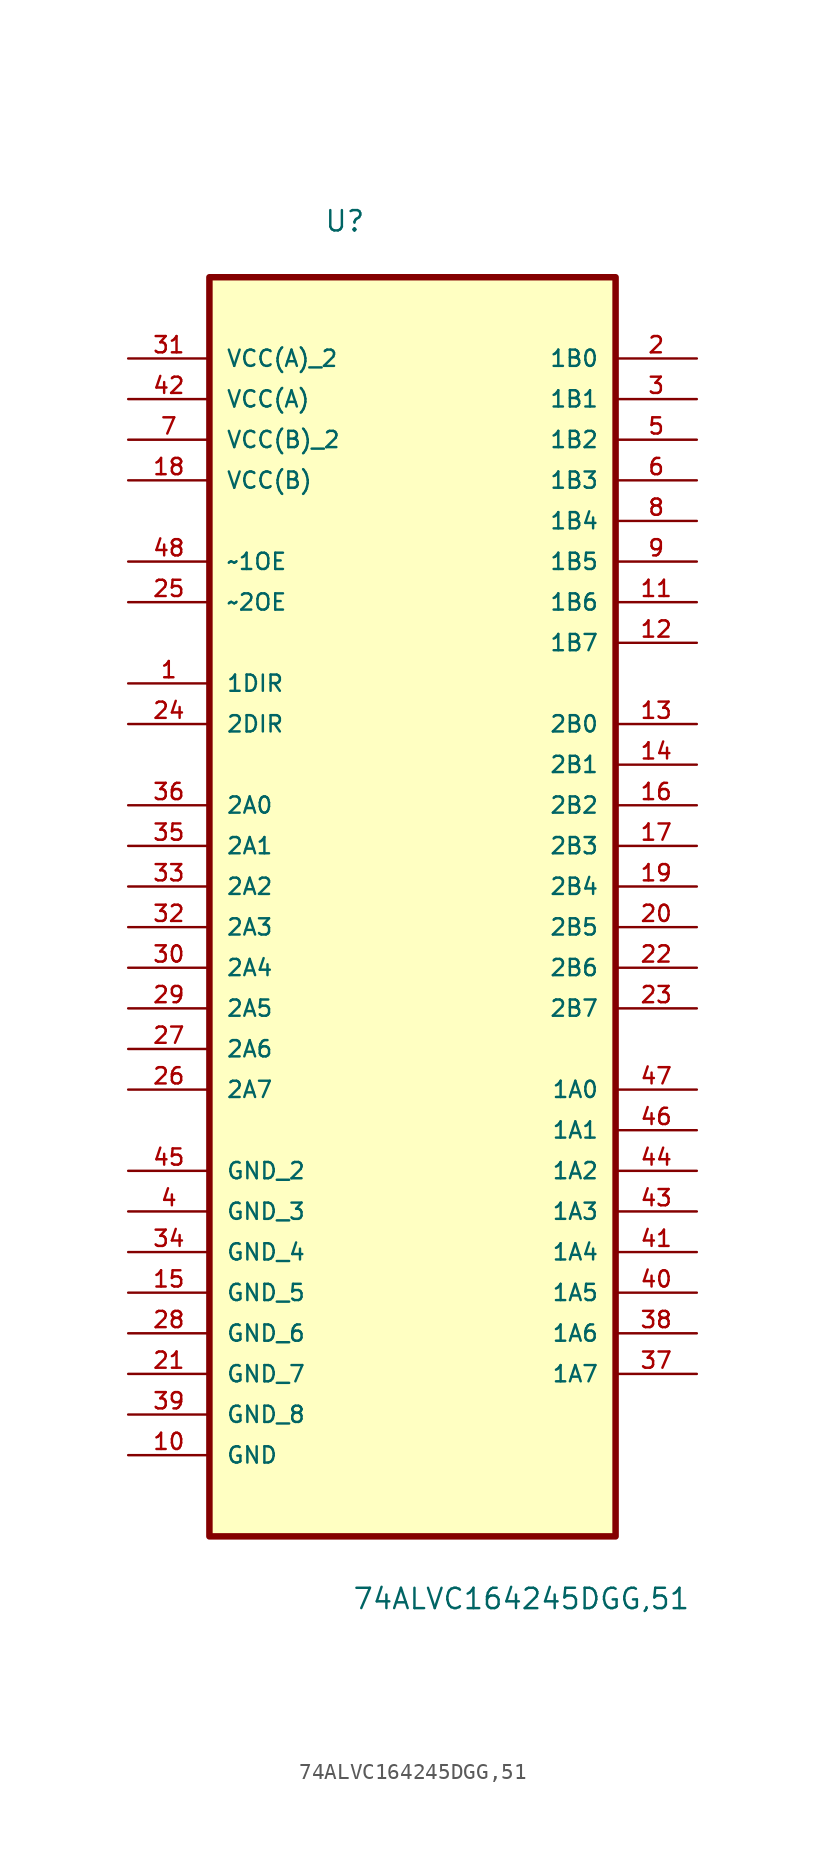
<source format=kicad_sym>
(kicad_symbol_lib
  (version 20220914)
  (generator kicad_symbol_editor)
  (symbol "74ALVC164245DGG,51"
    (pin_names
      (offset 1.016))
    (property "Reference" "U"
      (at -5.544 38.325 0)
      (effects (font (size 1.27 1.27)) (justify left bottom)))
    (property "Value" "74ALVC164245DGG,51"
      (at -3.788 -47.827 0)
      (effects (font (size 1.27 1.27)) (justify left bottom)))
    (symbol "74ALVC164245DGG,51_0_0"
      (rectangle (start -12.7 -43.18) (end 12.7 35.56) (stroke (width 0.406) (type default)) (fill (type background)))
      (pin input line (at -17.78 10.16 0) (length 5.08) (name "1DIR" (effects (font (size 1.016 1.016)))) (number "1" (effects (font (size 1.016 1.016)))))
      (pin passive line (at -17.78 -38.1 0) (length 5.08) (name "GND" (effects (font (size 1.016 1.016)))) (number "10" (effects (font (size 1.016 1.016)))))
      (pin bidirectional line (at 17.78 15.24 180) (length 5.08) (name "1B6" (effects (font (size 1.016 1.016)))) (number "11" (effects (font (size 1.016 1.016)))))
      (pin bidirectional line (at 17.78 12.7 180) (length 5.08) (name "1B7" (effects (font (size 1.016 1.016)))) (number "12" (effects (font (size 1.016 1.016)))))
      (pin bidirectional line (at 17.78 7.62 180) (length 5.08) (name "2B0" (effects (font (size 1.016 1.016)))) (number "13" (effects (font (size 1.016 1.016)))))
      (pin bidirectional line (at 17.78 5.08 180) (length 5.08) (name "2B1" (effects (font (size 1.016 1.016)))) (number "14" (effects (font (size 1.016 1.016)))))
      (pin passive line (at -17.78 -27.94 0) (length 5.08) (name "GND_5" (effects (font (size 1.016 1.016)))) (number "15" (effects (font (size 1.016 1.016)))))
      (pin bidirectional line (at 17.78 2.54 180) (length 5.08) (name "2B2" (effects (font (size 1.016 1.016)))) (number "16" (effects (font (size 1.016 1.016)))))
      (pin bidirectional line (at 17.78 0 180) (length 5.08) (name "2B3" (effects (font (size 1.016 1.016)))) (number "17" (effects (font (size 1.016 1.016)))))
      (pin power_in line (at -17.78 22.86 0) (length 5.08) (name "VCC(B)" (effects (font (size 1.016 1.016)))) (number "18" (effects (font (size 1.016 1.016)))))
      (pin bidirectional line (at 17.78 -2.54 180) (length 5.08) (name "2B4" (effects (font (size 1.016 1.016)))) (number "19" (effects (font (size 1.016 1.016)))))
      (pin bidirectional line (at 17.78 30.48 180) (length 5.08) (name "1B0" (effects (font (size 1.016 1.016)))) (number "2" (effects (font (size 1.016 1.016)))))
      (pin bidirectional line (at 17.78 -5.08 180) (length 5.08) (name "2B5" (effects (font (size 1.016 1.016)))) (number "20" (effects (font (size 1.016 1.016)))))
      (pin passive line (at -17.78 -33.02 0) (length 5.08) (name "GND_7" (effects (font (size 1.016 1.016)))) (number "21" (effects (font (size 1.016 1.016)))))
      (pin bidirectional line (at 17.78 -7.62 180) (length 5.08) (name "2B6" (effects (font (size 1.016 1.016)))) (number "22" (effects (font (size 1.016 1.016)))))
      (pin bidirectional line (at 17.78 -10.16 180) (length 5.08) (name "2B7" (effects (font (size 1.016 1.016)))) (number "23" (effects (font (size 1.016 1.016)))))
      (pin input line (at -17.78 7.62 0) (length 5.08) (name "2DIR" (effects (font (size 1.016 1.016)))) (number "24" (effects (font (size 1.016 1.016)))))
      (pin input line (at -17.78 15.24 0) (length 5.08) (name "~2OE" (effects (font (size 1.016 1.016)))) (number "25" (effects (font (size 1.016 1.016)))))
      (pin bidirectional line (at -17.78 -15.24 0) (length 5.08) (name "2A7" (effects (font (size 1.016 1.016)))) (number "26" (effects (font (size 1.016 1.016)))))
      (pin bidirectional line (at -17.78 -12.7 0) (length 5.08) (name "2A6" (effects (font (size 1.016 1.016)))) (number "27" (effects (font (size 1.016 1.016)))))
      (pin bidirectional line (at -17.78 -30.48 0) (length 5.08) (name "GND_6" (effects (font (size 1.016 1.016)))) (number "28" (effects (font (size 1.016 1.016)))))
      (pin bidirectional line (at -17.78 -10.16 0) (length 5.08) (name "2A5" (effects (font (size 1.016 1.016)))) (number "29" (effects (font (size 1.016 1.016)))))
      (pin bidirectional line (at 17.78 27.94 180) (length 5.08) (name "1B1" (effects (font (size 1.016 1.016)))) (number "3" (effects (font (size 1.016 1.016)))))
      (pin bidirectional line (at -17.78 -7.62 0) (length 5.08) (name "2A4" (effects (font (size 1.016 1.016)))) (number "30" (effects (font (size 1.016 1.016)))))
      (pin power_in line (at -17.78 30.48 0) (length 5.08) (name "VCC(A)_2" (effects (font (size 1.016 1.016)))) (number "31" (effects (font (size 1.016 1.016)))))
      (pin bidirectional line (at -17.78 -5.08 0) (length 5.08) (name "2A3" (effects (font (size 1.016 1.016)))) (number "32" (effects (font (size 1.016 1.016)))))
      (pin bidirectional line (at -17.78 -2.54 0) (length 5.08) (name "2A2" (effects (font (size 1.016 1.016)))) (number "33" (effects (font (size 1.016 1.016)))))
      (pin passive line (at -17.78 -25.4 0) (length 5.08) (name "GND_4" (effects (font (size 1.016 1.016)))) (number "34" (effects (font (size 1.016 1.016)))))
      (pin bidirectional line (at -17.78 0 0) (length 5.08) (name "2A1" (effects (font (size 1.016 1.016)))) (number "35" (effects (font (size 1.016 1.016)))))
      (pin bidirectional line (at -17.78 2.54 0) (length 5.08) (name "2A0" (effects (font (size 1.016 1.016)))) (number "36" (effects (font (size 1.016 1.016)))))
      (pin bidirectional line (at 17.78 -33.02 180) (length 5.08) (name "1A7" (effects (font (size 1.016 1.016)))) (number "37" (effects (font (size 1.016 1.016)))))
      (pin bidirectional line (at 17.78 -30.48 180) (length 5.08) (name "1A6" (effects (font (size 1.016 1.016)))) (number "38" (effects (font (size 1.016 1.016)))))
      (pin passive line (at -17.78 -35.56 0) (length 5.08) (name "GND_8" (effects (font (size 1.016 1.016)))) (number "39" (effects (font (size 1.016 1.016)))))
      (pin passive line (at -17.78 -22.86 0) (length 5.08) (name "GND_3" (effects (font (size 1.016 1.016)))) (number "4" (effects (font (size 1.016 1.016)))))
      (pin bidirectional line (at 17.78 -27.94 180) (length 5.08) (name "1A5" (effects (font (size 1.016 1.016)))) (number "40" (effects (font (size 1.016 1.016)))))
      (pin bidirectional line (at 17.78 -25.4 180) (length 5.08) (name "1A4" (effects (font (size 1.016 1.016)))) (number "41" (effects (font (size 1.016 1.016)))))
      (pin power_in line (at -17.78 27.94 0) (length 5.08) (name "VCC(A)" (effects (font (size 1.016 1.016)))) (number "42" (effects (font (size 1.016 1.016)))))
      (pin bidirectional line (at 17.78 -22.86 180) (length 5.08) (name "1A3" (effects (font (size 1.016 1.016)))) (number "43" (effects (font (size 1.016 1.016)))))
      (pin bidirectional line (at 17.78 -20.32 180) (length 5.08) (name "1A2" (effects (font (size 1.016 1.016)))) (number "44" (effects (font (size 1.016 1.016)))))
      (pin passive line (at -17.78 -20.32 0) (length 5.08) (name "GND_2" (effects (font (size 1.016 1.016)))) (number "45" (effects (font (size 1.016 1.016)))))
      (pin bidirectional line (at 17.78 -17.78 180) (length 5.08) (name "1A1" (effects (font (size 1.016 1.016)))) (number "46" (effects (font (size 1.016 1.016)))))
      (pin bidirectional line (at 17.78 -15.24 180) (length 5.08) (name "1A0" (effects (font (size 1.016 1.016)))) (number "47" (effects (font (size 1.016 1.016)))))
      (pin input line (at -17.78 17.78 0) (length 5.08) (name "~1OE" (effects (font (size 1.016 1.016)))) (number "48" (effects (font (size 1.016 1.016)))))
      (pin bidirectional line (at 17.78 25.4 180) (length 5.08) (name "1B2" (effects (font (size 1.016 1.016)))) (number "5" (effects (font (size 1.016 1.016)))))
      (pin bidirectional line (at 17.78 22.86 180) (length 5.08) (name "1B3" (effects (font (size 1.016 1.016)))) (number "6" (effects (font (size 1.016 1.016)))))
      (pin power_in line (at -17.78 25.4 0) (length 5.08) (name "VCC(B)_2" (effects (font (size 1.016 1.016)))) (number "7" (effects (font (size 1.016 1.016)))))
      (pin bidirectional line (at 17.78 20.32 180) (length 5.08) (name "1B4" (effects (font (size 1.016 1.016)))) (number "8" (effects (font (size 1.016 1.016)))))
      (pin bidirectional line (at 17.78 17.78 180) (length 5.08) (name "1B5" (effects (font (size 1.016 1.016)))) (number "9" (effects (font (size 1.016 1.016))))))))
</source>
